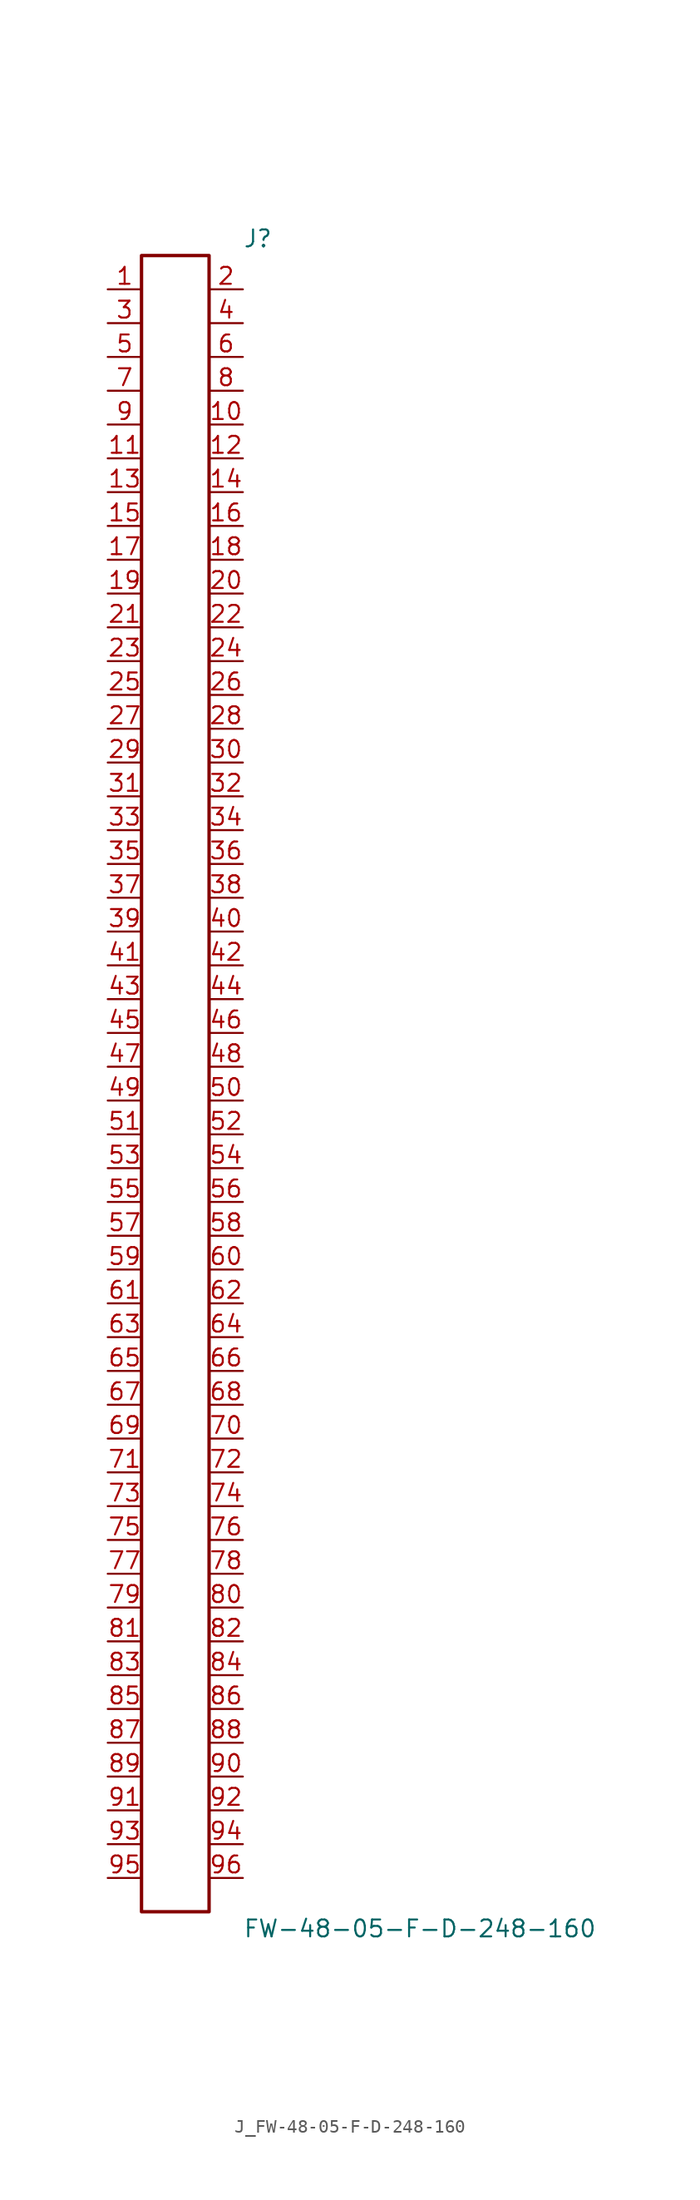
<source format=kicad_sym>
(kicad_symbol_lib
  (version 20231120)
  (generator kicad_symbol_editor)
  (generator_version 8.0)
  (symbol "J_FW-48-05-F-D-248-160"
    (pin_names
      (offset 0.254))
    (property "Reference" "J"
      (at 5.08 63.5 0)
      (effects (font (size 1.27 1.27)) (justify left)))
    (property "Value" "FW-48-05-F-D-248-160"
      (at 5.08 -63.5 0)
      (effects (font (size 1.27 1.27)) (justify left)))
    (symbol "J_FW-48-05-F-D-248-160_0_0"
      (pin passive line (at -5.08 59.69 0) (length 2.54) (name "" (effects (font (size 1.27 1.27)))) (number "1" (effects (font (size 1.27 1.27)))))
      (pin passive line (at 5.08 59.69 180) (length 2.54) (name "" (effects (font (size 1.27 1.27)))) (number "2" (effects (font (size 1.27 1.27)))))
      (pin passive line (at -5.08 57.15 0) (length 2.54) (name "" (effects (font (size 1.27 1.27)))) (number "3" (effects (font (size 1.27 1.27)))))
      (pin passive line (at 5.08 57.15 180) (length 2.54) (name "" (effects (font (size 1.27 1.27)))) (number "4" (effects (font (size 1.27 1.27)))))
      (pin passive line (at -5.08 54.61 0) (length 2.54) (name "" (effects (font (size 1.27 1.27)))) (number "5" (effects (font (size 1.27 1.27)))))
      (pin passive line (at 5.08 54.61 180) (length 2.54) (name "" (effects (font (size 1.27 1.27)))) (number "6" (effects (font (size 1.27 1.27)))))
      (pin passive line (at -5.08 52.07 0) (length 2.54) (name "" (effects (font (size 1.27 1.27)))) (number "7" (effects (font (size 1.27 1.27)))))
      (pin passive line (at 5.08 52.07 180) (length 2.54) (name "" (effects (font (size 1.27 1.27)))) (number "8" (effects (font (size 1.27 1.27)))))
      (pin passive line (at -5.08 49.53 0) (length 2.54) (name "" (effects (font (size 1.27 1.27)))) (number "9" (effects (font (size 1.27 1.27)))))
      (pin passive line (at 5.08 49.53 180) (length 2.54) (name "" (effects (font (size 1.27 1.27)))) (number "10" (effects (font (size 1.27 1.27)))))
      (pin passive line (at -5.08 46.99 0) (length 2.54) (name "" (effects (font (size 1.27 1.27)))) (number "11" (effects (font (size 1.27 1.27)))))
      (pin passive line (at 5.08 46.99 180) (length 2.54) (name "" (effects (font (size 1.27 1.27)))) (number "12" (effects (font (size 1.27 1.27)))))
      (pin passive line (at -5.08 44.45 0) (length 2.54) (name "" (effects (font (size 1.27 1.27)))) (number "13" (effects (font (size 1.27 1.27)))))
      (pin passive line (at 5.08 44.45 180) (length 2.54) (name "" (effects (font (size 1.27 1.27)))) (number "14" (effects (font (size 1.27 1.27)))))
      (pin passive line (at -5.08 41.91 0) (length 2.54) (name "" (effects (font (size 1.27 1.27)))) (number "15" (effects (font (size 1.27 1.27)))))
      (pin passive line (at 5.08 41.91 180) (length 2.54) (name "" (effects (font (size 1.27 1.27)))) (number "16" (effects (font (size 1.27 1.27)))))
      (pin passive line (at -5.08 39.37 0) (length 2.54) (name "" (effects (font (size 1.27 1.27)))) (number "17" (effects (font (size 1.27 1.27)))))
      (pin passive line (at 5.08 39.37 180) (length 2.54) (name "" (effects (font (size 1.27 1.27)))) (number "18" (effects (font (size 1.27 1.27)))))
      (pin passive line (at -5.08 36.83 0) (length 2.54) (name "" (effects (font (size 1.27 1.27)))) (number "19" (effects (font (size 1.27 1.27)))))
      (pin passive line (at 5.08 36.83 180) (length 2.54) (name "" (effects (font (size 1.27 1.27)))) (number "20" (effects (font (size 1.27 1.27)))))
      (pin passive line (at -5.08 34.29 0) (length 2.54) (name "" (effects (font (size 1.27 1.27)))) (number "21" (effects (font (size 1.27 1.27)))))
      (pin passive line (at 5.08 34.29 180) (length 2.54) (name "" (effects (font (size 1.27 1.27)))) (number "22" (effects (font (size 1.27 1.27)))))
      (pin passive line (at -5.08 31.75 0) (length 2.54) (name "" (effects (font (size 1.27 1.27)))) (number "23" (effects (font (size 1.27 1.27)))))
      (pin passive line (at 5.08 31.75 180) (length 2.54) (name "" (effects (font (size 1.27 1.27)))) (number "24" (effects (font (size 1.27 1.27)))))
      (pin passive line (at -5.08 29.21 0) (length 2.54) (name "" (effects (font (size 1.27 1.27)))) (number "25" (effects (font (size 1.27 1.27)))))
      (pin passive line (at 5.08 29.21 180) (length 2.54) (name "" (effects (font (size 1.27 1.27)))) (number "26" (effects (font (size 1.27 1.27)))))
      (pin passive line (at -5.08 26.67 0) (length 2.54) (name "" (effects (font (size 1.27 1.27)))) (number "27" (effects (font (size 1.27 1.27)))))
      (pin passive line (at 5.08 26.67 180) (length 2.54) (name "" (effects (font (size 1.27 1.27)))) (number "28" (effects (font (size 1.27 1.27)))))
      (pin passive line (at -5.08 24.13 0) (length 2.54) (name "" (effects (font (size 1.27 1.27)))) (number "29" (effects (font (size 1.27 1.27)))))
      (pin passive line (at 5.08 24.13 180) (length 2.54) (name "" (effects (font (size 1.27 1.27)))) (number "30" (effects (font (size 1.27 1.27)))))
      (pin passive line (at -5.08 21.59 0) (length 2.54) (name "" (effects (font (size 1.27 1.27)))) (number "31" (effects (font (size 1.27 1.27)))))
      (pin passive line (at 5.08 21.59 180) (length 2.54) (name "" (effects (font (size 1.27 1.27)))) (number "32" (effects (font (size 1.27 1.27)))))
      (pin passive line (at -5.08 19.05 0) (length 2.54) (name "" (effects (font (size 1.27 1.27)))) (number "33" (effects (font (size 1.27 1.27)))))
      (pin passive line (at 5.08 19.05 180) (length 2.54) (name "" (effects (font (size 1.27 1.27)))) (number "34" (effects (font (size 1.27 1.27)))))
      (pin passive line (at -5.08 16.51 0) (length 2.54) (name "" (effects (font (size 1.27 1.27)))) (number "35" (effects (font (size 1.27 1.27)))))
      (pin passive line (at 5.08 16.51 180) (length 2.54) (name "" (effects (font (size 1.27 1.27)))) (number "36" (effects (font (size 1.27 1.27)))))
      (pin passive line (at -5.08 13.97 0) (length 2.54) (name "" (effects (font (size 1.27 1.27)))) (number "37" (effects (font (size 1.27 1.27)))))
      (pin passive line (at 5.08 13.97 180) (length 2.54) (name "" (effects (font (size 1.27 1.27)))) (number "38" (effects (font (size 1.27 1.27)))))
      (pin passive line (at -5.08 11.43 0) (length 2.54) (name "" (effects (font (size 1.27 1.27)))) (number "39" (effects (font (size 1.27 1.27)))))
      (pin passive line (at 5.08 11.43 180) (length 2.54) (name "" (effects (font (size 1.27 1.27)))) (number "40" (effects (font (size 1.27 1.27)))))
      (pin passive line (at -5.08 8.89 0) (length 2.54) (name "" (effects (font (size 1.27 1.27)))) (number "41" (effects (font (size 1.27 1.27)))))
      (pin passive line (at 5.08 8.89 180) (length 2.54) (name "" (effects (font (size 1.27 1.27)))) (number "42" (effects (font (size 1.27 1.27)))))
      (pin passive line (at -5.08 6.35 0) (length 2.54) (name "" (effects (font (size 1.27 1.27)))) (number "43" (effects (font (size 1.27 1.27)))))
      (pin passive line (at 5.08 6.35 180) (length 2.54) (name "" (effects (font (size 1.27 1.27)))) (number "44" (effects (font (size 1.27 1.27)))))
      (pin passive line (at -5.08 3.81 0) (length 2.54) (name "" (effects (font (size 1.27 1.27)))) (number "45" (effects (font (size 1.27 1.27)))))
      (pin passive line (at 5.08 3.81 180) (length 2.54) (name "" (effects (font (size 1.27 1.27)))) (number "46" (effects (font (size 1.27 1.27)))))
      (pin passive line (at -5.08 1.27 0) (length 2.54) (name "" (effects (font (size 1.27 1.27)))) (number "47" (effects (font (size 1.27 1.27)))))
      (pin passive line (at 5.08 1.27 180) (length 2.54) (name "" (effects (font (size 1.27 1.27)))) (number "48" (effects (font (size 1.27 1.27)))))
      (pin passive line (at -5.08 -1.27 0) (length 2.54) (name "" (effects (font (size 1.27 1.27)))) (number "49" (effects (font (size 1.27 1.27)))))
      (pin passive line (at 5.08 -1.27 180) (length 2.54) (name "" (effects (font (size 1.27 1.27)))) (number "50" (effects (font (size 1.27 1.27)))))
      (pin passive line (at -5.08 -3.81 0) (length 2.54) (name "" (effects (font (size 1.27 1.27)))) (number "51" (effects (font (size 1.27 1.27)))))
      (pin passive line (at 5.08 -3.81 180) (length 2.54) (name "" (effects (font (size 1.27 1.27)))) (number "52" (effects (font (size 1.27 1.27)))))
      (pin passive line (at -5.08 -6.35 0) (length 2.54) (name "" (effects (font (size 1.27 1.27)))) (number "53" (effects (font (size 1.27 1.27)))))
      (pin passive line (at 5.08 -6.35 180) (length 2.54) (name "" (effects (font (size 1.27 1.27)))) (number "54" (effects (font (size 1.27 1.27)))))
      (pin passive line (at -5.08 -8.89 0) (length 2.54) (name "" (effects (font (size 1.27 1.27)))) (number "55" (effects (font (size 1.27 1.27)))))
      (pin passive line (at 5.08 -8.89 180) (length 2.54) (name "" (effects (font (size 1.27 1.27)))) (number "56" (effects (font (size 1.27 1.27)))))
      (pin passive line (at -5.08 -11.43 0) (length 2.54) (name "" (effects (font (size 1.27 1.27)))) (number "57" (effects (font (size 1.27 1.27)))))
      (pin passive line (at 5.08 -11.43 180) (length 2.54) (name "" (effects (font (size 1.27 1.27)))) (number "58" (effects (font (size 1.27 1.27)))))
      (pin passive line (at -5.08 -13.97 0) (length 2.54) (name "" (effects (font (size 1.27 1.27)))) (number "59" (effects (font (size 1.27 1.27)))))
      (pin passive line (at 5.08 -13.97 180) (length 2.54) (name "" (effects (font (size 1.27 1.27)))) (number "60" (effects (font (size 1.27 1.27)))))
      (pin passive line (at -5.08 -16.51 0) (length 2.54) (name "" (effects (font (size 1.27 1.27)))) (number "61" (effects (font (size 1.27 1.27)))))
      (pin passive line (at 5.08 -16.51 180) (length 2.54) (name "" (effects (font (size 1.27 1.27)))) (number "62" (effects (font (size 1.27 1.27)))))
      (pin passive line (at -5.08 -19.05 0) (length 2.54) (name "" (effects (font (size 1.27 1.27)))) (number "63" (effects (font (size 1.27 1.27)))))
      (pin passive line (at 5.08 -19.05 180) (length 2.54) (name "" (effects (font (size 1.27 1.27)))) (number "64" (effects (font (size 1.27 1.27)))))
      (pin passive line (at -5.08 -21.59 0) (length 2.54) (name "" (effects (font (size 1.27 1.27)))) (number "65" (effects (font (size 1.27 1.27)))))
      (pin passive line (at 5.08 -21.59 180) (length 2.54) (name "" (effects (font (size 1.27 1.27)))) (number "66" (effects (font (size 1.27 1.27)))))
      (pin passive line (at -5.08 -24.13 0) (length 2.54) (name "" (effects (font (size 1.27 1.27)))) (number "67" (effects (font (size 1.27 1.27)))))
      (pin passive line (at 5.08 -24.13 180) (length 2.54) (name "" (effects (font (size 1.27 1.27)))) (number "68" (effects (font (size 1.27 1.27)))))
      (pin passive line (at -5.08 -26.67 0) (length 2.54) (name "" (effects (font (size 1.27 1.27)))) (number "69" (effects (font (size 1.27 1.27)))))
      (pin passive line (at 5.08 -26.67 180) (length 2.54) (name "" (effects (font (size 1.27 1.27)))) (number "70" (effects (font (size 1.27 1.27)))))
      (pin passive line (at -5.08 -29.21 0) (length 2.54) (name "" (effects (font (size 1.27 1.27)))) (number "71" (effects (font (size 1.27 1.27)))))
      (pin passive line (at 5.08 -29.21 180) (length 2.54) (name "" (effects (font (size 1.27 1.27)))) (number "72" (effects (font (size 1.27 1.27)))))
      (pin passive line (at -5.08 -31.75 0) (length 2.54) (name "" (effects (font (size 1.27 1.27)))) (number "73" (effects (font (size 1.27 1.27)))))
      (pin passive line (at 5.08 -31.75 180) (length 2.54) (name "" (effects (font (size 1.27 1.27)))) (number "74" (effects (font (size 1.27 1.27)))))
      (pin passive line (at -5.08 -34.29 0) (length 2.54) (name "" (effects (font (size 1.27 1.27)))) (number "75" (effects (font (size 1.27 1.27)))))
      (pin passive line (at 5.08 -34.29 180) (length 2.54) (name "" (effects (font (size 1.27 1.27)))) (number "76" (effects (font (size 1.27 1.27)))))
      (pin passive line (at -5.08 -36.83 0) (length 2.54) (name "" (effects (font (size 1.27 1.27)))) (number "77" (effects (font (size 1.27 1.27)))))
      (pin passive line (at 5.08 -36.83 180) (length 2.54) (name "" (effects (font (size 1.27 1.27)))) (number "78" (effects (font (size 1.27 1.27)))))
      (pin passive line (at -5.08 -39.37 0) (length 2.54) (name "" (effects (font (size 1.27 1.27)))) (number "79" (effects (font (size 1.27 1.27)))))
      (pin passive line (at 5.08 -39.37 180) (length 2.54) (name "" (effects (font (size 1.27 1.27)))) (number "80" (effects (font (size 1.27 1.27)))))
      (pin passive line (at -5.08 -41.91 0) (length 2.54) (name "" (effects (font (size 1.27 1.27)))) (number "81" (effects (font (size 1.27 1.27)))))
      (pin passive line (at 5.08 -41.91 180) (length 2.54) (name "" (effects (font (size 1.27 1.27)))) (number "82" (effects (font (size 1.27 1.27)))))
      (pin passive line (at -5.08 -44.45 0) (length 2.54) (name "" (effects (font (size 1.27 1.27)))) (number "83" (effects (font (size 1.27 1.27)))))
      (pin passive line (at 5.08 -44.45 180) (length 2.54) (name "" (effects (font (size 1.27 1.27)))) (number "84" (effects (font (size 1.27 1.27)))))
      (pin passive line (at -5.08 -46.99 0) (length 2.54) (name "" (effects (font (size 1.27 1.27)))) (number "85" (effects (font (size 1.27 1.27)))))
      (pin passive line (at 5.08 -46.99 180) (length 2.54) (name "" (effects (font (size 1.27 1.27)))) (number "86" (effects (font (size 1.27 1.27)))))
      (pin passive line (at -5.08 -49.53 0) (length 2.54) (name "" (effects (font (size 1.27 1.27)))) (number "87" (effects (font (size 1.27 1.27)))))
      (pin passive line (at 5.08 -49.53 180) (length 2.54) (name "" (effects (font (size 1.27 1.27)))) (number "88" (effects (font (size 1.27 1.27)))))
      (pin passive line (at -5.08 -52.07 0) (length 2.54) (name "" (effects (font (size 1.27 1.27)))) (number "89" (effects (font (size 1.27 1.27)))))
      (pin passive line (at 5.08 -52.07 180) (length 2.54) (name "" (effects (font (size 1.27 1.27)))) (number "90" (effects (font (size 1.27 1.27)))))
      (pin passive line (at -5.08 -54.61 0) (length 2.54) (name "" (effects (font (size 1.27 1.27)))) (number "91" (effects (font (size 1.27 1.27)))))
      (pin passive line (at 5.08 -54.61 180) (length 2.54) (name "" (effects (font (size 1.27 1.27)))) (number "92" (effects (font (size 1.27 1.27)))))
      (pin passive line (at -5.08 -57.15 0) (length 2.54) (name "" (effects (font (size 1.27 1.27)))) (number "93" (effects (font (size 1.27 1.27)))))
      (pin passive line (at 5.08 -57.15 180) (length 2.54) (name "" (effects (font (size 1.27 1.27)))) (number "94" (effects (font (size 1.27 1.27)))))
      (pin passive line (at -5.08 -59.69 0) (length 2.54) (name "" (effects (font (size 1.27 1.27)))) (number "95" (effects (font (size 1.27 1.27)))))
      (pin passive line (at 5.08 -59.69 180) (length 2.54) (name "" (effects (font (size 1.27 1.27)))) (number "96" (effects (font (size 1.27 1.27))))))
    (symbol "J_FW-48-05-F-D-248-160_1_0"
      (rectangle (start -2.54 62.23) (end 2.54 -62.23) (stroke (width 0.254) (type solid)) (fill (type none))))))
</source>
